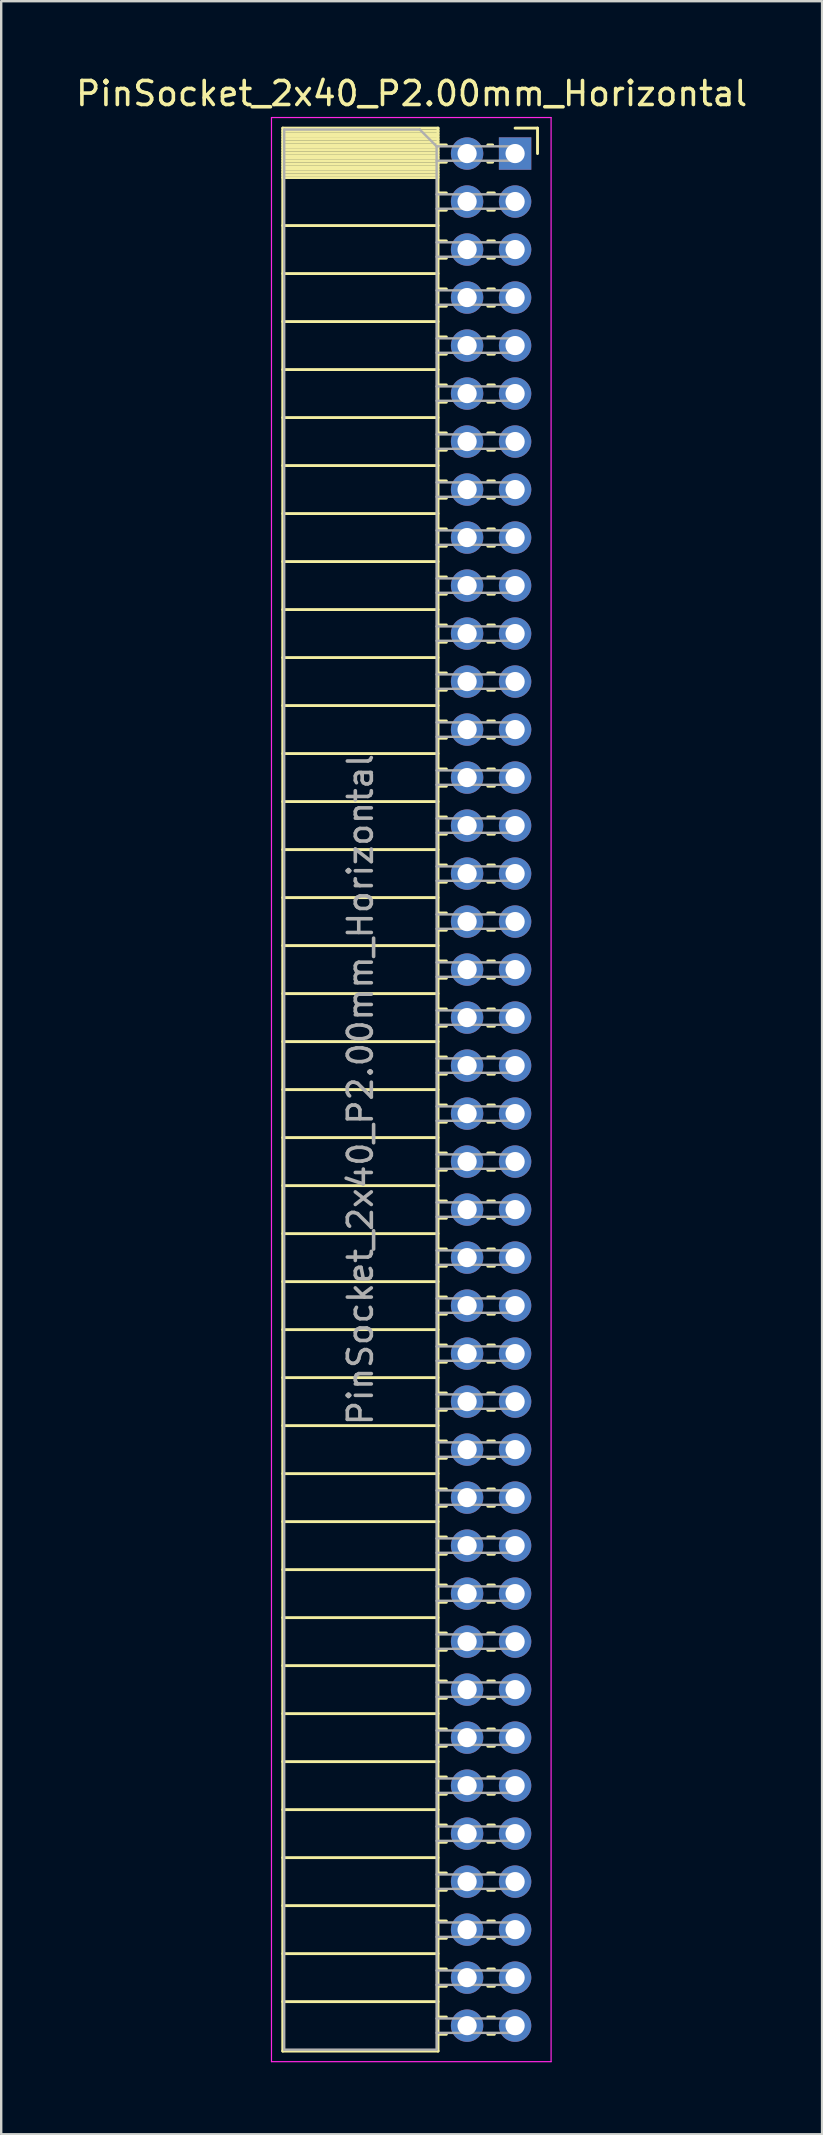
<source format=kicad_pcb>
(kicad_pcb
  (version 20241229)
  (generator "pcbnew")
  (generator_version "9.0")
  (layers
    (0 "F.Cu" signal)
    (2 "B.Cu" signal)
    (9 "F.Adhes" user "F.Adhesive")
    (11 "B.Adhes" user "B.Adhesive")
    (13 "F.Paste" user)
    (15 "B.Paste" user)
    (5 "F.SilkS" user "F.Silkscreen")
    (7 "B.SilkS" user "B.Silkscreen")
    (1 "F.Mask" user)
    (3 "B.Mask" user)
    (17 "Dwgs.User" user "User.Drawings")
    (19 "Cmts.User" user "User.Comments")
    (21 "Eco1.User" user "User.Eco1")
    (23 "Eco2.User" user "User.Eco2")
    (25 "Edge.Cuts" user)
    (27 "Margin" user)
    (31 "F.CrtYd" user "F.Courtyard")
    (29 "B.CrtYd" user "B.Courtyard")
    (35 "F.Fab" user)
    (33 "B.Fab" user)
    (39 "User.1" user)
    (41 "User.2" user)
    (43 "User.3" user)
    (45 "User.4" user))
  (footprint "PinSocket_2x40_P2.00mm_Horizontal"
    (layer "F.Cu")
    (at 18.411 3.348)
    (property "Reference" "PinSocket_2x40_P2.00mm_Horizontal" (at -4.31 -2.5 0) (layer "F.SilkS") (effects (font (size 1 1) (thickness 0.15))))
    (attr through_hole)
    (fp_line (start -9.68 -1.06) (end -9.68 79.06) (stroke (width 0.12) (type solid)) (layer "F.SilkS"))
    (fp_line (start -9.68 -1.06) (end -3.21 -1.06) (stroke (width 0.12) (type solid)) (layer "F.SilkS"))
    (fp_line (start -9.68 -0.94) (end -3.21 -0.94) (stroke (width 0.12) (type solid)) (layer "F.SilkS"))
    (fp_line (start -9.68 -0.826) (end -3.21 -0.826) (stroke (width 0.12) (type solid)) (layer "F.SilkS"))
    (fp_line (start -9.68 -0.712) (end -3.21 -0.712) (stroke (width 0.12) (type solid)) (layer "F.SilkS"))
    (fp_line (start -9.68 -0.598) (end -3.21 -0.598) (stroke (width 0.12) (type solid)) (layer "F.SilkS"))
    (fp_line (start -9.68 -0.484) (end -3.21 -0.484) (stroke (width 0.12) (type solid)) (layer "F.SilkS"))
    (fp_line (start -9.68 -0.369) (end -3.21 -0.369) (stroke (width 0.12) (type solid)) (layer "F.SilkS"))
    (fp_line (start -9.68 -0.255) (end -3.21 -0.255) (stroke (width 0.12) (type solid)) (layer "F.SilkS"))
    (fp_line (start -9.68 -0.141) (end -3.21 -0.141) (stroke (width 0.12) (type solid)) (layer "F.SilkS"))
    (fp_line (start -9.68 -0.027) (end -3.21 -0.027) (stroke (width 0.12) (type solid)) (layer "F.SilkS"))
    (fp_line (start -9.68 0.087) (end -3.21 0.087) (stroke (width 0.12) (type solid)) (layer "F.SilkS"))
    (fp_line (start -9.68 0.201) (end -3.21 0.201) (stroke (width 0.12) (type solid)) (layer "F.SilkS"))
    (fp_line (start -9.68 0.315) (end -3.21 0.315) (stroke (width 0.12) (type solid)) (layer "F.SilkS"))
    (fp_line (start -9.68 0.429) (end -3.21 0.429) (stroke (width 0.12) (type solid)) (layer "F.SilkS"))
    (fp_line (start -9.68 0.544) (end -3.21 0.544) (stroke (width 0.12) (type solid)) (layer "F.SilkS"))
    (fp_line (start -9.68 0.658) (end -3.21 0.658) (stroke (width 0.12) (type solid)) (layer "F.SilkS"))
    (fp_line (start -9.68 0.772) (end -3.21 0.772) (stroke (width 0.12) (type solid)) (layer "F.SilkS"))
    (fp_line (start -9.68 0.886) (end -3.21 0.886) (stroke (width 0.12) (type solid)) (layer "F.SilkS"))
    (fp_line (start -9.68 1) (end -3.21 1) (stroke (width 0.12) (type solid)) (layer "F.SilkS"))
    (fp_line (start -9.68 3) (end -3.21 3) (stroke (width 0.12) (type solid)) (layer "F.SilkS"))
    (fp_line (start -9.68 5) (end -3.21 5) (stroke (width 0.12) (type solid)) (layer "F.SilkS"))
    (fp_line (start -9.68 7) (end -3.21 7) (stroke (width 0.12) (type solid)) (layer "F.SilkS"))
    (fp_line (start -9.68 9) (end -3.21 9) (stroke (width 0.12) (type solid)) (layer "F.SilkS"))
    (fp_line (start -9.68 11) (end -3.21 11) (stroke (width 0.12) (type solid)) (layer "F.SilkS"))
    (fp_line (start -9.68 13) (end -3.21 13) (stroke (width 0.12) (type solid)) (layer "F.SilkS"))
    (fp_line (start -9.68 15) (end -3.21 15) (stroke (width 0.12) (type solid)) (layer "F.SilkS"))
    (fp_line (start -9.68 17) (end -3.21 17) (stroke (width 0.12) (type solid)) (layer "F.SilkS"))
    (fp_line (start -9.68 19) (end -3.21 19) (stroke (width 0.12) (type solid)) (layer "F.SilkS"))
    (fp_line (start -9.68 21) (end -3.21 21) (stroke (width 0.12) (type solid)) (layer "F.SilkS"))
    (fp_line (start -9.68 23) (end -3.21 23) (stroke (width 0.12) (type solid)) (layer "F.SilkS"))
    (fp_line (start -9.68 25) (end -3.21 25) (stroke (width 0.12) (type solid)) (layer "F.SilkS"))
    (fp_line (start -9.68 27) (end -3.21 27) (stroke (width 0.12) (type solid)) (layer "F.SilkS"))
    (fp_line (start -9.68 29) (end -3.21 29) (stroke (width 0.12) (type solid)) (layer "F.SilkS"))
    (fp_line (start -9.68 31) (end -3.21 31) (stroke (width 0.12) (type solid)) (layer "F.SilkS"))
    (fp_line (start -9.68 33) (end -3.21 33) (stroke (width 0.12) (type solid)) (layer "F.SilkS"))
    (fp_line (start -9.68 35) (end -3.21 35) (stroke (width 0.12) (type solid)) (layer "F.SilkS"))
    (fp_line (start -9.68 37) (end -3.21 37) (stroke (width 0.12) (type solid)) (layer "F.SilkS"))
    (fp_line (start -9.68 39) (end -3.21 39) (stroke (width 0.12) (type solid)) (layer "F.SilkS"))
    (fp_line (start -9.68 41) (end -3.21 41) (stroke (width 0.12) (type solid)) (layer "F.SilkS"))
    (fp_line (start -9.68 43) (end -3.21 43) (stroke (width 0.12) (type solid)) (layer "F.SilkS"))
    (fp_line (start -9.68 45) (end -3.21 45) (stroke (width 0.12) (type solid)) (layer "F.SilkS"))
    (fp_line (start -9.68 47) (end -3.21 47) (stroke (width 0.12) (type solid)) (layer "F.SilkS"))
    (fp_line (start -9.68 49) (end -3.21 49) (stroke (width 0.12) (type solid)) (layer "F.SilkS"))
    (fp_line (start -9.68 51) (end -3.21 51) (stroke (width 0.12) (type solid)) (layer "F.SilkS"))
    (fp_line (start -9.68 53) (end -3.21 53) (stroke (width 0.12) (type solid)) (layer "F.SilkS"))
    (fp_line (start -9.68 55) (end -3.21 55) (stroke (width 0.12) (type solid)) (layer "F.SilkS"))
    (fp_line (start -9.68 57) (end -3.21 57) (stroke (width 0.12) (type solid)) (layer "F.SilkS"))
    (fp_line (start -9.68 59) (end -3.21 59) (stroke (width 0.12) (type solid)) (layer "F.SilkS"))
    (fp_line (start -9.68 61) (end -3.21 61) (stroke (width 0.12) (type solid)) (layer "F.SilkS"))
    (fp_line (start -9.68 63) (end -3.21 63) (stroke (width 0.12) (type solid)) (layer "F.SilkS"))
    (fp_line (start -9.68 65) (end -3.21 65) (stroke (width 0.12) (type solid)) (layer "F.SilkS"))
    (fp_line (start -9.68 67) (end -3.21 67) (stroke (width 0.12) (type solid)) (layer "F.SilkS"))
    (fp_line (start -9.68 69) (end -3.21 69) (stroke (width 0.12) (type solid)) (layer "F.SilkS"))
    (fp_line (start -9.68 71) (end -3.21 71) (stroke (width 0.12) (type solid)) (layer "F.SilkS"))
    (fp_line (start -9.68 73) (end -3.21 73) (stroke (width 0.12) (type solid)) (layer "F.SilkS"))
    (fp_line (start -9.68 75) (end -3.21 75) (stroke (width 0.12) (type solid)) (layer "F.SilkS"))
    (fp_line (start -9.68 77) (end -3.21 77) (stroke (width 0.12) (type solid)) (layer "F.SilkS"))
    (fp_line (start -9.68 79.06) (end -3.21 79.06) (stroke (width 0.12) (type solid)) (layer "F.SilkS"))
    (fp_line (start -3.21 -1.06) (end -3.21 79.06) (stroke (width 0.12) (type solid)) (layer "F.SilkS"))
    (fp_line (start -3.21 -0.36) (end -2.863 -0.36) (stroke (width 0.12) (type solid)) (layer "F.SilkS"))
    (fp_line (start -3.21 0.36) (end -2.863 0.36) (stroke (width 0.12) (type solid)) (layer "F.SilkS"))
    (fp_line (start -3.21 1.64) (end -2.863 1.64) (stroke (width 0.12) (type solid)) (layer "F.SilkS"))
    (fp_line (start -3.21 2.36) (end -2.863 2.36) (stroke (width 0.12) (type solid)) (layer "F.SilkS"))
    (fp_line (start -3.21 3.64) (end -2.863 3.64) (stroke (width 0.12) (type solid)) (layer "F.SilkS"))
    (fp_line (start -3.21 4.36) (end -2.863 4.36) (stroke (width 0.12) (type solid)) (layer "F.SilkS"))
    (fp_line (start -3.21 5.64) (end -2.863 5.64) (stroke (width 0.12) (type solid)) (layer "F.SilkS"))
    (fp_line (start -3.21 6.36) (end -2.863 6.36) (stroke (width 0.12) (type solid)) (layer "F.SilkS"))
    (fp_line (start -3.21 7.64) (end -2.863 7.64) (stroke (width 0.12) (type solid)) (layer "F.SilkS"))
    (fp_line (start -3.21 8.36) (end -2.863 8.36) (stroke (width 0.12) (type solid)) (layer "F.SilkS"))
    (fp_line (start -3.21 9.64) (end -2.863 9.64) (stroke (width 0.12) (type solid)) (layer "F.SilkS"))
    (fp_line (start -3.21 10.36) (end -2.863 10.36) (stroke (width 0.12) (type solid)) (layer "F.SilkS"))
    (fp_line (start -3.21 11.64) (end -2.863 11.64) (stroke (width 0.12) (type solid)) (layer "F.SilkS"))
    (fp_line (start -3.21 12.36) (end -2.863 12.36) (stroke (width 0.12) (type solid)) (layer "F.SilkS"))
    (fp_line (start -3.21 13.64) (end -2.863 13.64) (stroke (width 0.12) (type solid)) (layer "F.SilkS"))
    (fp_line (start -3.21 14.36) (end -2.863 14.36) (stroke (width 0.12) (type solid)) (layer "F.SilkS"))
    (fp_line (start -3.21 15.64) (end -2.863 15.64) (stroke (width 0.12) (type solid)) (layer "F.SilkS"))
    (fp_line (start -3.21 16.36) (end -2.863 16.36) (stroke (width 0.12) (type solid)) (layer "F.SilkS"))
    (fp_line (start -3.21 17.64) (end -2.863 17.64) (stroke (width 0.12) (type solid)) (layer "F.SilkS"))
    (fp_line (start -3.21 18.36) (end -2.863 18.36) (stroke (width 0.12) (type solid)) (layer "F.SilkS"))
    (fp_line (start -3.21 19.64) (end -2.863 19.64) (stroke (width 0.12) (type solid)) (layer "F.SilkS"))
    (fp_line (start -3.21 20.36) (end -2.863 20.36) (stroke (width 0.12) (type solid)) (layer "F.SilkS"))
    (fp_line (start -3.21 21.64) (end -2.863 21.64) (stroke (width 0.12) (type solid)) (layer "F.SilkS"))
    (fp_line (start -3.21 22.36) (end -2.863 22.36) (stroke (width 0.12) (type solid)) (layer "F.SilkS"))
    (fp_line (start -3.21 23.64) (end -2.863 23.64) (stroke (width 0.12) (type solid)) (layer "F.SilkS"))
    (fp_line (start -3.21 24.36) (end -2.863 24.36) (stroke (width 0.12) (type solid)) (layer "F.SilkS"))
    (fp_line (start -3.21 25.64) (end -2.863 25.64) (stroke (width 0.12) (type solid)) (layer "F.SilkS"))
    (fp_line (start -3.21 26.36) (end -2.863 26.36) (stroke (width 0.12) (type solid)) (layer "F.SilkS"))
    (fp_line (start -3.21 27.64) (end -2.863 27.64) (stroke (width 0.12) (type solid)) (layer "F.SilkS"))
    (fp_line (start -3.21 28.36) (end -2.863 28.36) (stroke (width 0.12) (type solid)) (layer "F.SilkS"))
    (fp_line (start -3.21 29.64) (end -2.863 29.64) (stroke (width 0.12) (type solid)) (layer "F.SilkS"))
    (fp_line (start -3.21 30.36) (end -2.863 30.36) (stroke (width 0.12) (type solid)) (layer "F.SilkS"))
    (fp_line (start -3.21 31.64) (end -2.863 31.64) (stroke (width 0.12) (type solid)) (layer "F.SilkS"))
    (fp_line (start -3.21 32.36) (end -2.863 32.36) (stroke (width 0.12) (type solid)) (layer "F.SilkS"))
    (fp_line (start -3.21 33.64) (end -2.863 33.64) (stroke (width 0.12) (type solid)) (layer "F.SilkS"))
    (fp_line (start -3.21 34.36) (end -2.863 34.36) (stroke (width 0.12) (type solid)) (layer "F.SilkS"))
    (fp_line (start -3.21 35.64) (end -2.863 35.64) (stroke (width 0.12) (type solid)) (layer "F.SilkS"))
    (fp_line (start -3.21 36.36) (end -2.863 36.36) (stroke (width 0.12) (type solid)) (layer "F.SilkS"))
    (fp_line (start -3.21 37.64) (end -2.863 37.64) (stroke (width 0.12) (type solid)) (layer "F.SilkS"))
    (fp_line (start -3.21 38.36) (end -2.863 38.36) (stroke (width 0.12) (type solid)) (layer "F.SilkS"))
    (fp_line (start -3.21 39.64) (end -2.863 39.64) (stroke (width 0.12) (type solid)) (layer "F.SilkS"))
    (fp_line (start -3.21 40.36) (end -2.863 40.36) (stroke (width 0.12) (type solid)) (layer "F.SilkS"))
    (fp_line (start -3.21 41.64) (end -2.863 41.64) (stroke (width 0.12) (type solid)) (layer "F.SilkS"))
    (fp_line (start -3.21 42.36) (end -2.863 42.36) (stroke (width 0.12) (type solid)) (layer "F.SilkS"))
    (fp_line (start -3.21 43.64) (end -2.863 43.64) (stroke (width 0.12) (type solid)) (layer "F.SilkS"))
    (fp_line (start -3.21 44.36) (end -2.863 44.36) (stroke (width 0.12) (type solid)) (layer "F.SilkS"))
    (fp_line (start -3.21 45.64) (end -2.863 45.64) (stroke (width 0.12) (type solid)) (layer "F.SilkS"))
    (fp_line (start -3.21 46.36) (end -2.863 46.36) (stroke (width 0.12) (type solid)) (layer "F.SilkS"))
    (fp_line (start -3.21 47.64) (end -2.863 47.64) (stroke (width 0.12) (type solid)) (layer "F.SilkS"))
    (fp_line (start -3.21 48.36) (end -2.863 48.36) (stroke (width 0.12) (type solid)) (layer "F.SilkS"))
    (fp_line (start -3.21 49.64) (end -2.863 49.64) (stroke (width 0.12) (type solid)) (layer "F.SilkS"))
    (fp_line (start -3.21 50.36) (end -2.863 50.36) (stroke (width 0.12) (type solid)) (layer "F.SilkS"))
    (fp_line (start -3.21 51.64) (end -2.863 51.64) (stroke (width 0.12) (type solid)) (layer "F.SilkS"))
    (fp_line (start -3.21 52.36) (end -2.863 52.36) (stroke (width 0.12) (type solid)) (layer "F.SilkS"))
    (fp_line (start -3.21 53.64) (end -2.863 53.64) (stroke (width 0.12) (type solid)) (layer "F.SilkS"))
    (fp_line (start -3.21 54.36) (end -2.863 54.36) (stroke (width 0.12) (type solid)) (layer "F.SilkS"))
    (fp_line (start -3.21 55.64) (end -2.863 55.64) (stroke (width 0.12) (type solid)) (layer "F.SilkS"))
    (fp_line (start -3.21 56.36) (end -2.863 56.36) (stroke (width 0.12) (type solid)) (layer "F.SilkS"))
    (fp_line (start -3.21 57.64) (end -2.863 57.64) (stroke (width 0.12) (type solid)) (layer "F.SilkS"))
    (fp_line (start -3.21 58.36) (end -2.863 58.36) (stroke (width 0.12) (type solid)) (layer "F.SilkS"))
    (fp_line (start -3.21 59.64) (end -2.863 59.64) (stroke (width 0.12) (type solid)) (layer "F.SilkS"))
    (fp_line (start -3.21 60.36) (end -2.863 60.36) (stroke (width 0.12) (type solid)) (layer "F.SilkS"))
    (fp_line (start -3.21 61.64) (end -2.863 61.64) (stroke (width 0.12) (type solid)) (layer "F.SilkS"))
    (fp_line (start -3.21 62.36) (end -2.863 62.36) (stroke (width 0.12) (type solid)) (layer "F.SilkS"))
    (fp_line (start -3.21 63.64) (end -2.863 63.64) (stroke (width 0.12) (type solid)) (layer "F.SilkS"))
    (fp_line (start -3.21 64.36) (end -2.863 64.36) (stroke (width 0.12) (type solid)) (layer "F.SilkS"))
    (fp_line (start -3.21 65.64) (end -2.863 65.64) (stroke (width 0.12) (type solid)) (layer "F.SilkS"))
    (fp_line (start -3.21 66.36) (end -2.863 66.36) (stroke (width 0.12) (type solid)) (layer "F.SilkS"))
    (fp_line (start -3.21 67.64) (end -2.863 67.64) (stroke (width 0.12) (type solid)) (layer "F.SilkS"))
    (fp_line (start -3.21 68.36) (end -2.863 68.36) (stroke (width 0.12) (type solid)) (layer "F.SilkS"))
    (fp_line (start -3.21 69.64) (end -2.863 69.64) (stroke (width 0.12) (type solid)) (layer "F.SilkS"))
    (fp_line (start -3.21 70.36) (end -2.863 70.36) (stroke (width 0.12) (type solid)) (layer "F.SilkS"))
    (fp_line (start -3.21 71.64) (end -2.863 71.64) (stroke (width 0.12) (type solid)) (layer "F.SilkS"))
    (fp_line (start -3.21 72.36) (end -2.863 72.36) (stroke (width 0.12) (type solid)) (layer "F.SilkS"))
    (fp_line (start -3.21 73.64) (end -2.863 73.64) (stroke (width 0.12) (type solid)) (layer "F.SilkS"))
    (fp_line (start -3.21 74.36) (end -2.863 74.36) (stroke (width 0.12) (type solid)) (layer "F.SilkS"))
    (fp_line (start -3.21 75.64) (end -2.863 75.64) (stroke (width 0.12) (type solid)) (layer "F.SilkS"))
    (fp_line (start -3.21 76.36) (end -2.863 76.36) (stroke (width 0.12) (type solid)) (layer "F.SilkS"))
    (fp_line (start -3.21 77.64) (end -2.863 77.64) (stroke (width 0.12) (type solid)) (layer "F.SilkS"))
    (fp_line (start -3.21 78.36) (end -2.863 78.36) (stroke (width 0.12) (type solid)) (layer "F.SilkS"))
    (fp_line (start -1.137 -0.36) (end -0.935 -0.36) (stroke (width 0.12) (type solid)) (layer "F.SilkS"))
    (fp_line (start -1.137 0.36) (end -0.935 0.36) (stroke (width 0.12) (type solid)) (layer "F.SilkS"))
    (fp_line (start -1.137 1.64) (end -0.863 1.64) (stroke (width 0.12) (type solid)) (layer "F.SilkS"))
    (fp_line (start -1.137 2.36) (end -0.863 2.36) (stroke (width 0.12) (type solid)) (layer "F.SilkS"))
    (fp_line (start -1.137 3.64) (end -0.863 3.64) (stroke (width 0.12) (type solid)) (layer "F.SilkS"))
    (fp_line (start -1.137 4.36) (end -0.863 4.36) (stroke (width 0.12) (type solid)) (layer "F.SilkS"))
    (fp_line (start -1.137 5.64) (end -0.863 5.64) (stroke (width 0.12) (type solid)) (layer "F.SilkS"))
    (fp_line (start -1.137 6.36) (end -0.863 6.36) (stroke (width 0.12) (type solid)) (layer "F.SilkS"))
    (fp_line (start -1.137 7.64) (end -0.863 7.64) (stroke (width 0.12) (type solid)) (layer "F.SilkS"))
    (fp_line (start -1.137 8.36) (end -0.863 8.36) (stroke (width 0.12) (type solid)) (layer "F.SilkS"))
    (fp_line (start -1.137 9.64) (end -0.863 9.64) (stroke (width 0.12) (type solid)) (layer "F.SilkS"))
    (fp_line (start -1.137 10.36) (end -0.863 10.36) (stroke (width 0.12) (type solid)) (layer "F.SilkS"))
    (fp_line (start -1.137 11.64) (end -0.863 11.64) (stroke (width 0.12) (type solid)) (layer "F.SilkS"))
    (fp_line (start -1.137 12.36) (end -0.863 12.36) (stroke (width 0.12) (type solid)) (layer "F.SilkS"))
    (fp_line (start -1.137 13.64) (end -0.863 13.64) (stroke (width 0.12) (type solid)) (layer "F.SilkS"))
    (fp_line (start -1.137 14.36) (end -0.863 14.36) (stroke (width 0.12) (type solid)) (layer "F.SilkS"))
    (fp_line (start -1.137 15.64) (end -0.863 15.64) (stroke (width 0.12) (type solid)) (layer "F.SilkS"))
    (fp_line (start -1.137 16.36) (end -0.863 16.36) (stroke (width 0.12) (type solid)) (layer "F.SilkS"))
    (fp_line (start -1.137 17.64) (end -0.863 17.64) (stroke (width 0.12) (type solid)) (layer "F.SilkS"))
    (fp_line (start -1.137 18.36) (end -0.863 18.36) (stroke (width 0.12) (type solid)) (layer "F.SilkS"))
    (fp_line (start -1.137 19.64) (end -0.863 19.64) (stroke (width 0.12) (type solid)) (layer "F.SilkS"))
    (fp_line (start -1.137 20.36) (end -0.863 20.36) (stroke (width 0.12) (type solid)) (layer "F.SilkS"))
    (fp_line (start -1.137 21.64) (end -0.863 21.64) (stroke (width 0.12) (type solid)) (layer "F.SilkS"))
    (fp_line (start -1.137 22.36) (end -0.863 22.36) (stroke (width 0.12) (type solid)) (layer "F.SilkS"))
    (fp_line (start -1.137 23.64) (end -0.863 23.64) (stroke (width 0.12) (type solid)) (layer "F.SilkS"))
    (fp_line (start -1.137 24.36) (end -0.863 24.36) (stroke (width 0.12) (type solid)) (layer "F.SilkS"))
    (fp_line (start -1.137 25.64) (end -0.863 25.64) (stroke (width 0.12) (type solid)) (layer "F.SilkS"))
    (fp_line (start -1.137 26.36) (end -0.863 26.36) (stroke (width 0.12) (type solid)) (layer "F.SilkS"))
    (fp_line (start -1.137 27.64) (end -0.863 27.64) (stroke (width 0.12) (type solid)) (layer "F.SilkS"))
    (fp_line (start -1.137 28.36) (end -0.863 28.36) (stroke (width 0.12) (type solid)) (layer "F.SilkS"))
    (fp_line (start -1.137 29.64) (end -0.863 29.64) (stroke (width 0.12) (type solid)) (layer "F.SilkS"))
    (fp_line (start -1.137 30.36) (end -0.863 30.36) (stroke (width 0.12) (type solid)) (layer "F.SilkS"))
    (fp_line (start -1.137 31.64) (end -0.863 31.64) (stroke (width 0.12) (type solid)) (layer "F.SilkS"))
    (fp_line (start -1.137 32.36) (end -0.863 32.36) (stroke (width 0.12) (type solid)) (layer "F.SilkS"))
    (fp_line (start -1.137 33.64) (end -0.863 33.64) (stroke (width 0.12) (type solid)) (layer "F.SilkS"))
    (fp_line (start -1.137 34.36) (end -0.863 34.36) (stroke (width 0.12) (type solid)) (layer "F.SilkS"))
    (fp_line (start -1.137 35.64) (end -0.863 35.64) (stroke (width 0.12) (type solid)) (layer "F.SilkS"))
    (fp_line (start -1.137 36.36) (end -0.863 36.36) (stroke (width 0.12) (type solid)) (layer "F.SilkS"))
    (fp_line (start -1.137 37.64) (end -0.863 37.64) (stroke (width 0.12) (type solid)) (layer "F.SilkS"))
    (fp_line (start -1.137 38.36) (end -0.863 38.36) (stroke (width 0.12) (type solid)) (layer "F.SilkS"))
    (fp_line (start -1.137 39.64) (end -0.863 39.64) (stroke (width 0.12) (type solid)) (layer "F.SilkS"))
    (fp_line (start -1.137 40.36) (end -0.863 40.36) (stroke (width 0.12) (type solid)) (layer "F.SilkS"))
    (fp_line (start -1.137 41.64) (end -0.863 41.64) (stroke (width 0.12) (type solid)) (layer "F.SilkS"))
    (fp_line (start -1.137 42.36) (end -0.863 42.36) (stroke (width 0.12) (type solid)) (layer "F.SilkS"))
    (fp_line (start -1.137 43.64) (end -0.863 43.64) (stroke (width 0.12) (type solid)) (layer "F.SilkS"))
    (fp_line (start -1.137 44.36) (end -0.863 44.36) (stroke (width 0.12) (type solid)) (layer "F.SilkS"))
    (fp_line (start -1.137 45.64) (end -0.863 45.64) (stroke (width 0.12) (type solid)) (layer "F.SilkS"))
    (fp_line (start -1.137 46.36) (end -0.863 46.36) (stroke (width 0.12) (type solid)) (layer "F.SilkS"))
    (fp_line (start -1.137 47.64) (end -0.863 47.64) (stroke (width 0.12) (type solid)) (layer "F.SilkS"))
    (fp_line (start -1.137 48.36) (end -0.863 48.36) (stroke (width 0.12) (type solid)) (layer "F.SilkS"))
    (fp_line (start -1.137 49.64) (end -0.863 49.64) (stroke (width 0.12) (type solid)) (layer "F.SilkS"))
    (fp_line (start -1.137 50.36) (end -0.863 50.36) (stroke (width 0.12) (type solid)) (layer "F.SilkS"))
    (fp_line (start -1.137 51.64) (end -0.863 51.64) (stroke (width 0.12) (type solid)) (layer "F.SilkS"))
    (fp_line (start -1.137 52.36) (end -0.863 52.36) (stroke (width 0.12) (type solid)) (layer "F.SilkS"))
    (fp_line (start -1.137 53.64) (end -0.863 53.64) (stroke (width 0.12) (type solid)) (layer "F.SilkS"))
    (fp_line (start -1.137 54.36) (end -0.863 54.36) (stroke (width 0.12) (type solid)) (layer "F.SilkS"))
    (fp_line (start -1.137 55.64) (end -0.863 55.64) (stroke (width 0.12) (type solid)) (layer "F.SilkS"))
    (fp_line (start -1.137 56.36) (end -0.863 56.36) (stroke (width 0.12) (type solid)) (layer "F.SilkS"))
    (fp_line (start -1.137 57.64) (end -0.863 57.64) (stroke (width 0.12) (type solid)) (layer "F.SilkS"))
    (fp_line (start -1.137 58.36) (end -0.863 58.36) (stroke (width 0.12) (type solid)) (layer "F.SilkS"))
    (fp_line (start -1.137 59.64) (end -0.863 59.64) (stroke (width 0.12) (type solid)) (layer "F.SilkS"))
    (fp_line (start -1.137 60.36) (end -0.863 60.36) (stroke (width 0.12) (type solid)) (layer "F.SilkS"))
    (fp_line (start -1.137 61.64) (end -0.863 61.64) (stroke (width 0.12) (type solid)) (layer "F.SilkS"))
    (fp_line (start -1.137 62.36) (end -0.863 62.36) (stroke (width 0.12) (type solid)) (layer "F.SilkS"))
    (fp_line (start -1.137 63.64) (end -0.863 63.64) (stroke (width 0.12) (type solid)) (layer "F.SilkS"))
    (fp_line (start -1.137 64.36) (end -0.863 64.36) (stroke (width 0.12) (type solid)) (layer "F.SilkS"))
    (fp_line (start -1.137 65.64) (end -0.863 65.64) (stroke (width 0.12) (type solid)) (layer "F.SilkS"))
    (fp_line (start -1.137 66.36) (end -0.863 66.36) (stroke (width 0.12) (type solid)) (layer "F.SilkS"))
    (fp_line (start -1.137 67.64) (end -0.863 67.64) (stroke (width 0.12) (type solid)) (layer "F.SilkS"))
    (fp_line (start -1.137 68.36) (end -0.863 68.36) (stroke (width 0.12) (type solid)) (layer "F.SilkS"))
    (fp_line (start -1.137 69.64) (end -0.863 69.64) (stroke (width 0.12) (type solid)) (layer "F.SilkS"))
    (fp_line (start -1.137 70.36) (end -0.863 70.36) (stroke (width 0.12) (type solid)) (layer "F.SilkS"))
    (fp_line (start -1.137 71.64) (end -0.863 71.64) (stroke (width 0.12) (type solid)) (layer "F.SilkS"))
    (fp_line (start -1.137 72.36) (end -0.863 72.36) (stroke (width 0.12) (type solid)) (layer "F.SilkS"))
    (fp_line (start -1.137 73.64) (end -0.863 73.64) (stroke (width 0.12) (type solid)) (layer "F.SilkS"))
    (fp_line (start -1.137 74.36) (end -0.863 74.36) (stroke (width 0.12) (type solid)) (layer "F.SilkS"))
    (fp_line (start -1.137 75.64) (end -0.863 75.64) (stroke (width 0.12) (type solid)) (layer "F.SilkS"))
    (fp_line (start -1.137 76.36) (end -0.863 76.36) (stroke (width 0.12) (type solid)) (layer "F.SilkS"))
    (fp_line (start -1.137 77.64) (end -0.863 77.64) (stroke (width 0.12) (type solid)) (layer "F.SilkS"))
    (fp_line (start -1.137 78.36) (end -0.863 78.36) (stroke (width 0.12) (type solid)) (layer "F.SilkS"))
    (fp_line (start 0 -1.06) (end 0.935 -1.06) (stroke (width 0.12) (type solid)) (layer "F.SilkS"))
    (fp_line (start 0.935 -1.06) (end 0.935 0) (stroke (width 0.12) (type solid)) (layer "F.SilkS"))
    (fp_line (start -10.15 -1.5) (end -10.15 79.5) (stroke (width 0.05) (type solid)) (layer "F.CrtYd"))
    (fp_line (start -10.15 79.5) (end 1.5 79.5) (stroke (width 0.05) (type solid)) (layer "F.CrtYd"))
    (fp_line (start 1.5 -1.5) (end -10.15 -1.5) (stroke (width 0.05) (type solid)) (layer "F.CrtYd"))
    (fp_line (start 1.5 79.5) (end 1.5 -1.5) (stroke (width 0.05) (type solid)) (layer "F.CrtYd"))
    (fp_line (start -9.62 -1) (end -3.97 -1) (stroke (width 0.1) (type solid)) (layer "F.Fab"))
    (fp_line (start -9.62 79) (end -9.62 -1) (stroke (width 0.1) (type solid)) (layer "F.Fab"))
    (fp_line (start -3.97 -1) (end -3.27 -0.3) (stroke (width 0.1) (type solid)) (layer "F.Fab"))
    (fp_line (start -3.27 -0.3) (end -3.27 79) (stroke (width 0.1) (type solid)) (layer "F.Fab"))
    (fp_line (start -3.27 0.3) (end 0 0.3) (stroke (width 0.1) (type solid)) (layer "F.Fab"))
    (fp_line (start -3.27 2.3) (end 0 2.3) (stroke (width 0.1) (type solid)) (layer "F.Fab"))
    (fp_line (start -3.27 4.3) (end 0 4.3) (stroke (width 0.1) (type solid)) (layer "F.Fab"))
    (fp_line (start -3.27 6.3) (end 0 6.3) (stroke (width 0.1) (type solid)) (layer "F.Fab"))
    (fp_line (start -3.27 8.3) (end 0 8.3) (stroke (width 0.1) (type solid)) (layer "F.Fab"))
    (fp_line (start -3.27 10.3) (end 0 10.3) (stroke (width 0.1) (type solid)) (layer "F.Fab"))
    (fp_line (start -3.27 12.3) (end 0 12.3) (stroke (width 0.1) (type solid)) (layer "F.Fab"))
    (fp_line (start -3.27 14.3) (end 0 14.3) (stroke (width 0.1) (type solid)) (layer "F.Fab"))
    (fp_line (start -3.27 16.3) (end 0 16.3) (stroke (width 0.1) (type solid)) (layer "F.Fab"))
    (fp_line (start -3.27 18.3) (end 0 18.3) (stroke (width 0.1) (type solid)) (layer "F.Fab"))
    (fp_line (start -3.27 20.3) (end 0 20.3) (stroke (width 0.1) (type solid)) (layer "F.Fab"))
    (fp_line (start -3.27 22.3) (end 0 22.3) (stroke (width 0.1) (type solid)) (layer "F.Fab"))
    (fp_line (start -3.27 24.3) (end 0 24.3) (stroke (width 0.1) (type solid)) (layer "F.Fab"))
    (fp_line (start -3.27 26.3) (end 0 26.3) (stroke (width 0.1) (type solid)) (layer "F.Fab"))
    (fp_line (start -3.27 28.3) (end 0 28.3) (stroke (width 0.1) (type solid)) (layer "F.Fab"))
    (fp_line (start -3.27 30.3) (end 0 30.3) (stroke (width 0.1) (type solid)) (layer "F.Fab"))
    (fp_line (start -3.27 32.3) (end 0 32.3) (stroke (width 0.1) (type solid)) (layer "F.Fab"))
    (fp_line (start -3.27 34.3) (end 0 34.3) (stroke (width 0.1) (type solid)) (layer "F.Fab"))
    (fp_line (start -3.27 36.3) (end 0 36.3) (stroke (width 0.1) (type solid)) (layer "F.Fab"))
    (fp_line (start -3.27 38.3) (end 0 38.3) (stroke (width 0.1) (type solid)) (layer "F.Fab"))
    (fp_line (start -3.27 40.3) (end 0 40.3) (stroke (width 0.1) (type solid)) (layer "F.Fab"))
    (fp_line (start -3.27 42.3) (end 0 42.3) (stroke (width 0.1) (type solid)) (layer "F.Fab"))
    (fp_line (start -3.27 44.3) (end 0 44.3) (stroke (width 0.1) (type solid)) (layer "F.Fab"))
    (fp_line (start -3.27 46.3) (end 0 46.3) (stroke (width 0.1) (type solid)) (layer "F.Fab"))
    (fp_line (start -3.27 48.3) (end 0 48.3) (stroke (width 0.1) (type solid)) (layer "F.Fab"))
    (fp_line (start -3.27 50.3) (end 0 50.3) (stroke (width 0.1) (type solid)) (layer "F.Fab"))
    (fp_line (start -3.27 52.3) (end 0 52.3) (stroke (width 0.1) (type solid)) (layer "F.Fab"))
    (fp_line (start -3.27 54.3) (end 0 54.3) (stroke (width 0.1) (type solid)) (layer "F.Fab"))
    (fp_line (start -3.27 56.3) (end 0 56.3) (stroke (width 0.1) (type solid)) (layer "F.Fab"))
    (fp_line (start -3.27 58.3) (end 0 58.3) (stroke (width 0.1) (type solid)) (layer "F.Fab"))
    (fp_line (start -3.27 60.3) (end 0 60.3) (stroke (width 0.1) (type solid)) (layer "F.Fab"))
    (fp_line (start -3.27 62.3) (end 0 62.3) (stroke (width 0.1) (type solid)) (layer "F.Fab"))
    (fp_line (start -3.27 64.3) (end 0 64.3) (stroke (width 0.1) (type solid)) (layer "F.Fab"))
    (fp_line (start -3.27 66.3) (end 0 66.3) (stroke (width 0.1) (type solid)) (layer "F.Fab"))
    (fp_line (start -3.27 68.3) (end 0 68.3) (stroke (width 0.1) (type solid)) (layer "F.Fab"))
    (fp_line (start -3.27 70.3) (end 0 70.3) (stroke (width 0.1) (type solid)) (layer "F.Fab"))
    (fp_line (start -3.27 72.3) (end 0 72.3) (stroke (width 0.1) (type solid)) (layer "F.Fab"))
    (fp_line (start -3.27 74.3) (end 0 74.3) (stroke (width 0.1) (type solid)) (layer "F.Fab"))
    (fp_line (start -3.27 76.3) (end 0 76.3) (stroke (width 0.1) (type solid)) (layer "F.Fab"))
    (fp_line (start -3.27 78.3) (end 0 78.3) (stroke (width 0.1) (type solid)) (layer "F.Fab"))
    (fp_line (start -3.27 79) (end -9.62 79) (stroke (width 0.1) (type solid)) (layer "F.Fab"))
    (fp_line (start 0 -0.3) (end -3.27 -0.3) (stroke (width 0.1) (type solid)) (layer "F.Fab"))
    (fp_line (start 0 0.3) (end 0 -0.3) (stroke (width 0.1) (type solid)) (layer "F.Fab"))
    (fp_line (start 0 1.7) (end -3.27 1.7) (stroke (width 0.1) (type solid)) (layer "F.Fab"))
    (fp_line (start 0 2.3) (end 0 1.7) (stroke (width 0.1) (type solid)) (layer "F.Fab"))
    (fp_line (start 0 3.7) (end -3.27 3.7) (stroke (width 0.1) (type solid)) (layer "F.Fab"))
    (fp_line (start 0 4.3) (end 0 3.7) (stroke (width 0.1) (type solid)) (layer "F.Fab"))
    (fp_line (start 0 5.7) (end -3.27 5.7) (stroke (width 0.1) (type solid)) (layer "F.Fab"))
    (fp_line (start 0 6.3) (end 0 5.7) (stroke (width 0.1) (type solid)) (layer "F.Fab"))
    (fp_line (start 0 7.7) (end -3.27 7.7) (stroke (width 0.1) (type solid)) (layer "F.Fab"))
    (fp_line (start 0 8.3) (end 0 7.7) (stroke (width 0.1) (type solid)) (layer "F.Fab"))
    (fp_line (start 0 9.7) (end -3.27 9.7) (stroke (width 0.1) (type solid)) (layer "F.Fab"))
    (fp_line (start 0 10.3) (end 0 9.7) (stroke (width 0.1) (type solid)) (layer "F.Fab"))
    (fp_line (start 0 11.7) (end -3.27 11.7) (stroke (width 0.1) (type solid)) (layer "F.Fab"))
    (fp_line (start 0 12.3) (end 0 11.7) (stroke (width 0.1) (type solid)) (layer "F.Fab"))
    (fp_line (start 0 13.7) (end -3.27 13.7) (stroke (width 0.1) (type solid)) (layer "F.Fab"))
    (fp_line (start 0 14.3) (end 0 13.7) (stroke (width 0.1) (type solid)) (layer "F.Fab"))
    (fp_line (start 0 15.7) (end -3.27 15.7) (stroke (width 0.1) (type solid)) (layer "F.Fab"))
    (fp_line (start 0 16.3) (end 0 15.7) (stroke (width 0.1) (type solid)) (layer "F.Fab"))
    (fp_line (start 0 17.7) (end -3.27 17.7) (stroke (width 0.1) (type solid)) (layer "F.Fab"))
    (fp_line (start 0 18.3) (end 0 17.7) (stroke (width 0.1) (type solid)) (layer "F.Fab"))
    (fp_line (start 0 19.7) (end -3.27 19.7) (stroke (width 0.1) (type solid)) (layer "F.Fab"))
    (fp_line (start 0 20.3) (end 0 19.7) (stroke (width 0.1) (type solid)) (layer "F.Fab"))
    (fp_line (start 0 21.7) (end -3.27 21.7) (stroke (width 0.1) (type solid)) (layer "F.Fab"))
    (fp_line (start 0 22.3) (end 0 21.7) (stroke (width 0.1) (type solid)) (layer "F.Fab"))
    (fp_line (start 0 23.7) (end -3.27 23.7) (stroke (width 0.1) (type solid)) (layer "F.Fab"))
    (fp_line (start 0 24.3) (end 0 23.7) (stroke (width 0.1) (type solid)) (layer "F.Fab"))
    (fp_line (start 0 25.7) (end -3.27 25.7) (stroke (width 0.1) (type solid)) (layer "F.Fab"))
    (fp_line (start 0 26.3) (end 0 25.7) (stroke (width 0.1) (type solid)) (layer "F.Fab"))
    (fp_line (start 0 27.7) (end -3.27 27.7) (stroke (width 0.1) (type solid)) (layer "F.Fab"))
    (fp_line (start 0 28.3) (end 0 27.7) (stroke (width 0.1) (type solid)) (layer "F.Fab"))
    (fp_line (start 0 29.7) (end -3.27 29.7) (stroke (width 0.1) (type solid)) (layer "F.Fab"))
    (fp_line (start 0 30.3) (end 0 29.7) (stroke (width 0.1) (type solid)) (layer "F.Fab"))
    (fp_line (start 0 31.7) (end -3.27 31.7) (stroke (width 0.1) (type solid)) (layer "F.Fab"))
    (fp_line (start 0 32.3) (end 0 31.7) (stroke (width 0.1) (type solid)) (layer "F.Fab"))
    (fp_line (start 0 33.7) (end -3.27 33.7) (stroke (width 0.1) (type solid)) (layer "F.Fab"))
    (fp_line (start 0 34.3) (end 0 33.7) (stroke (width 0.1) (type solid)) (layer "F.Fab"))
    (fp_line (start 0 35.7) (end -3.27 35.7) (stroke (width 0.1) (type solid)) (layer "F.Fab"))
    (fp_line (start 0 36.3) (end 0 35.7) (stroke (width 0.1) (type solid)) (layer "F.Fab"))
    (fp_line (start 0 37.7) (end -3.27 37.7) (stroke (width 0.1) (type solid)) (layer "F.Fab"))
    (fp_line (start 0 38.3) (end 0 37.7) (stroke (width 0.1) (type solid)) (layer "F.Fab"))
    (fp_line (start 0 39.7) (end -3.27 39.7) (stroke (width 0.1) (type solid)) (layer "F.Fab"))
    (fp_line (start 0 40.3) (end 0 39.7) (stroke (width 0.1) (type solid)) (layer "F.Fab"))
    (fp_line (start 0 41.7) (end -3.27 41.7) (stroke (width 0.1) (type solid)) (layer "F.Fab"))
    (fp_line (start 0 42.3) (end 0 41.7) (stroke (width 0.1) (type solid)) (layer "F.Fab"))
    (fp_line (start 0 43.7) (end -3.27 43.7) (stroke (width 0.1) (type solid)) (layer "F.Fab"))
    (fp_line (start 0 44.3) (end 0 43.7) (stroke (width 0.1) (type solid)) (layer "F.Fab"))
    (fp_line (start 0 45.7) (end -3.27 45.7) (stroke (width 0.1) (type solid)) (layer "F.Fab"))
    (fp_line (start 0 46.3) (end 0 45.7) (stroke (width 0.1) (type solid)) (layer "F.Fab"))
    (fp_line (start 0 47.7) (end -3.27 47.7) (stroke (width 0.1) (type solid)) (layer "F.Fab"))
    (fp_line (start 0 48.3) (end 0 47.7) (stroke (width 0.1) (type solid)) (layer "F.Fab"))
    (fp_line (start 0 49.7) (end -3.27 49.7) (stroke (width 0.1) (type solid)) (layer "F.Fab"))
    (fp_line (start 0 50.3) (end 0 49.7) (stroke (width 0.1) (type solid)) (layer "F.Fab"))
    (fp_line (start 0 51.7) (end -3.27 51.7) (stroke (width 0.1) (type solid)) (layer "F.Fab"))
    (fp_line (start 0 52.3) (end 0 51.7) (stroke (width 0.1) (type solid)) (layer "F.Fab"))
    (fp_line (start 0 53.7) (end -3.27 53.7) (stroke (width 0.1) (type solid)) (layer "F.Fab"))
    (fp_line (start 0 54.3) (end 0 53.7) (stroke (width 0.1) (type solid)) (layer "F.Fab"))
    (fp_line (start 0 55.7) (end -3.27 55.7) (stroke (width 0.1) (type solid)) (layer "F.Fab"))
    (fp_line (start 0 56.3) (end 0 55.7) (stroke (width 0.1) (type solid)) (layer "F.Fab"))
    (fp_line (start 0 57.7) (end -3.27 57.7) (stroke (width 0.1) (type solid)) (layer "F.Fab"))
    (fp_line (start 0 58.3) (end 0 57.7) (stroke (width 0.1) (type solid)) (layer "F.Fab"))
    (fp_line (start 0 59.7) (end -3.27 59.7) (stroke (width 0.1) (type solid)) (layer "F.Fab"))
    (fp_line (start 0 60.3) (end 0 59.7) (stroke (width 0.1) (type solid)) (layer "F.Fab"))
    (fp_line (start 0 61.7) (end -3.27 61.7) (stroke (width 0.1) (type solid)) (layer "F.Fab"))
    (fp_line (start 0 62.3) (end 0 61.7) (stroke (width 0.1) (type solid)) (layer "F.Fab"))
    (fp_line (start 0 63.7) (end -3.27 63.7) (stroke (width 0.1) (type solid)) (layer "F.Fab"))
    (fp_line (start 0 64.3) (end 0 63.7) (stroke (width 0.1) (type solid)) (layer "F.Fab"))
    (fp_line (start 0 65.7) (end -3.27 65.7) (stroke (width 0.1) (type solid)) (layer "F.Fab"))
    (fp_line (start 0 66.3) (end 0 65.7) (stroke (width 0.1) (type solid)) (layer "F.Fab"))
    (fp_line (start 0 67.7) (end -3.27 67.7) (stroke (width 0.1) (type solid)) (layer "F.Fab"))
    (fp_line (start 0 68.3) (end 0 67.7) (stroke (width 0.1) (type solid)) (layer "F.Fab"))
    (fp_line (start 0 69.7) (end -3.27 69.7) (stroke (width 0.1) (type solid)) (layer "F.Fab"))
    (fp_line (start 0 70.3) (end 0 69.7) (stroke (width 0.1) (type solid)) (layer "F.Fab"))
    (fp_line (start 0 71.7) (end -3.27 71.7) (stroke (width 0.1) (type solid)) (layer "F.Fab"))
    (fp_line (start 0 72.3) (end 0 71.7) (stroke (width 0.1) (type solid)) (layer "F.Fab"))
    (fp_line (start 0 73.7) (end -3.27 73.7) (stroke (width 0.1) (type solid)) (layer "F.Fab"))
    (fp_line (start 0 74.3) (end 0 73.7) (stroke (width 0.1) (type solid)) (layer "F.Fab"))
    (fp_line (start 0 75.7) (end -3.27 75.7) (stroke (width 0.1) (type solid)) (layer "F.Fab"))
    (fp_line (start 0 76.3) (end 0 75.7) (stroke (width 0.1) (type solid)) (layer "F.Fab"))
    (fp_line (start 0 77.7) (end -3.27 77.7) (stroke (width 0.1) (type solid)) (layer "F.Fab"))
    (fp_line (start 0 78.3) (end 0 77.7) (stroke (width 0.1) (type solid)) (layer "F.Fab"))
    (fp_text user "${REFERENCE}" (at -6.445 39 90) (layer "F.Fab") (effects (font (size 1 1) (thickness 0.15))))
    (pad "1" thru_hole rect (at 0 0) (size 1.35 1.35) (drill 0.8) (layers "*.Cu" "*.Mask"))
    (pad "2" thru_hole circle (at -2 0) (size 1.35 1.35) (drill 0.8) (layers "*.Cu" "*.Mask"))
    (pad "3" thru_hole circle (at 0 2) (size 1.35 1.35) (drill 0.8) (layers "*.Cu" "*.Mask"))
    (pad "4" thru_hole circle (at -2 2) (size 1.35 1.35) (drill 0.8) (layers "*.Cu" "*.Mask"))
    (pad "5" thru_hole circle (at 0 4) (size 1.35 1.35) (drill 0.8) (layers "*.Cu" "*.Mask"))
    (pad "6" thru_hole circle (at -2 4) (size 1.35 1.35) (drill 0.8) (layers "*.Cu" "*.Mask"))
    (pad "7" thru_hole circle (at 0 6) (size 1.35 1.35) (drill 0.8) (layers "*.Cu" "*.Mask"))
    (pad "8" thru_hole circle (at -2 6) (size 1.35 1.35) (drill 0.8) (layers "*.Cu" "*.Mask"))
    (pad "9" thru_hole circle (at 0 8) (size 1.35 1.35) (drill 0.8) (layers "*.Cu" "*.Mask"))
    (pad "10" thru_hole circle (at -2 8) (size 1.35 1.35) (drill 0.8) (layers "*.Cu" "*.Mask"))
    (pad "11" thru_hole circle (at 0 10) (size 1.35 1.35) (drill 0.8) (layers "*.Cu" "*.Mask"))
    (pad "12" thru_hole circle (at -2 10) (size 1.35 1.35) (drill 0.8) (layers "*.Cu" "*.Mask"))
    (pad "13" thru_hole circle (at 0 12) (size 1.35 1.35) (drill 0.8) (layers "*.Cu" "*.Mask"))
    (pad "14" thru_hole circle (at -2 12) (size 1.35 1.35) (drill 0.8) (layers "*.Cu" "*.Mask"))
    (pad "15" thru_hole circle (at 0 14) (size 1.35 1.35) (drill 0.8) (layers "*.Cu" "*.Mask"))
    (pad "16" thru_hole circle (at -2 14) (size 1.35 1.35) (drill 0.8) (layers "*.Cu" "*.Mask"))
    (pad "17" thru_hole circle (at 0 16) (size 1.35 1.35) (drill 0.8) (layers "*.Cu" "*.Mask"))
    (pad "18" thru_hole circle (at -2 16) (size 1.35 1.35) (drill 0.8) (layers "*.Cu" "*.Mask"))
    (pad "19" thru_hole circle (at 0 18) (size 1.35 1.35) (drill 0.8) (layers "*.Cu" "*.Mask"))
    (pad "20" thru_hole circle (at -2 18) (size 1.35 1.35) (drill 0.8) (layers "*.Cu" "*.Mask"))
    (pad "21" thru_hole circle (at 0 20) (size 1.35 1.35) (drill 0.8) (layers "*.Cu" "*.Mask"))
    (pad "22" thru_hole circle (at -2 20) (size 1.35 1.35) (drill 0.8) (layers "*.Cu" "*.Mask"))
    (pad "23" thru_hole circle (at 0 22) (size 1.35 1.35) (drill 0.8) (layers "*.Cu" "*.Mask"))
    (pad "24" thru_hole circle (at -2 22) (size 1.35 1.35) (drill 0.8) (layers "*.Cu" "*.Mask"))
    (pad "25" thru_hole circle (at 0 24) (size 1.35 1.35) (drill 0.8) (layers "*.Cu" "*.Mask"))
    (pad "26" thru_hole circle (at -2 24) (size 1.35 1.35) (drill 0.8) (layers "*.Cu" "*.Mask"))
    (pad "27" thru_hole circle (at 0 26) (size 1.35 1.35) (drill 0.8) (layers "*.Cu" "*.Mask"))
    (pad "28" thru_hole circle (at -2 26) (size 1.35 1.35) (drill 0.8) (layers "*.Cu" "*.Mask"))
    (pad "29" thru_hole circle (at 0 28) (size 1.35 1.35) (drill 0.8) (layers "*.Cu" "*.Mask"))
    (pad "30" thru_hole circle (at -2 28) (size 1.35 1.35) (drill 0.8) (layers "*.Cu" "*.Mask"))
    (pad "31" thru_hole circle (at 0 30) (size 1.35 1.35) (drill 0.8) (layers "*.Cu" "*.Mask"))
    (pad "32" thru_hole circle (at -2 30) (size 1.35 1.35) (drill 0.8) (layers "*.Cu" "*.Mask"))
    (pad "33" thru_hole circle (at 0 32) (size 1.35 1.35) (drill 0.8) (layers "*.Cu" "*.Mask"))
    (pad "34" thru_hole circle (at -2 32) (size 1.35 1.35) (drill 0.8) (layers "*.Cu" "*.Mask"))
    (pad "35" thru_hole circle (at 0 34) (size 1.35 1.35) (drill 0.8) (layers "*.Cu" "*.Mask"))
    (pad "36" thru_hole circle (at -2 34) (size 1.35 1.35) (drill 0.8) (layers "*.Cu" "*.Mask"))
    (pad "37" thru_hole circle (at 0 36) (size 1.35 1.35) (drill 0.8) (layers "*.Cu" "*.Mask"))
    (pad "38" thru_hole circle (at -2 36) (size 1.35 1.35) (drill 0.8) (layers "*.Cu" "*.Mask"))
    (pad "39" thru_hole circle (at 0 38) (size 1.35 1.35) (drill 0.8) (layers "*.Cu" "*.Mask"))
    (pad "40" thru_hole circle (at -2 38) (size 1.35 1.35) (drill 0.8) (layers "*.Cu" "*.Mask"))
    (pad "41" thru_hole circle (at 0 40) (size 1.35 1.35) (drill 0.8) (layers "*.Cu" "*.Mask"))
    (pad "42" thru_hole circle (at -2 40) (size 1.35 1.35) (drill 0.8) (layers "*.Cu" "*.Mask"))
    (pad "43" thru_hole circle (at 0 42) (size 1.35 1.35) (drill 0.8) (layers "*.Cu" "*.Mask"))
    (pad "44" thru_hole circle (at -2 42) (size 1.35 1.35) (drill 0.8) (layers "*.Cu" "*.Mask"))
    (pad "45" thru_hole circle (at 0 44) (size 1.35 1.35) (drill 0.8) (layers "*.Cu" "*.Mask"))
    (pad "46" thru_hole circle (at -2 44) (size 1.35 1.35) (drill 0.8) (layers "*.Cu" "*.Mask"))
    (pad "47" thru_hole circle (at 0 46) (size 1.35 1.35) (drill 0.8) (layers "*.Cu" "*.Mask"))
    (pad "48" thru_hole circle (at -2 46) (size 1.35 1.35) (drill 0.8) (layers "*.Cu" "*.Mask"))
    (pad "49" thru_hole circle (at 0 48) (size 1.35 1.35) (drill 0.8) (layers "*.Cu" "*.Mask"))
    (pad "50" thru_hole circle (at -2 48) (size 1.35 1.35) (drill 0.8) (layers "*.Cu" "*.Mask"))
    (pad "51" thru_hole circle (at 0 50) (size 1.35 1.35) (drill 0.8) (layers "*.Cu" "*.Mask"))
    (pad "52" thru_hole circle (at -2 50) (size 1.35 1.35) (drill 0.8) (layers "*.Cu" "*.Mask"))
    (pad "53" thru_hole circle (at 0 52) (size 1.35 1.35) (drill 0.8) (layers "*.Cu" "*.Mask"))
    (pad "54" thru_hole circle (at -2 52) (size 1.35 1.35) (drill 0.8) (layers "*.Cu" "*.Mask"))
    (pad "55" thru_hole circle (at 0 54) (size 1.35 1.35) (drill 0.8) (layers "*.Cu" "*.Mask"))
    (pad "56" thru_hole circle (at -2 54) (size 1.35 1.35) (drill 0.8) (layers "*.Cu" "*.Mask"))
    (pad "57" thru_hole circle (at 0 56) (size 1.35 1.35) (drill 0.8) (layers "*.Cu" "*.Mask"))
    (pad "58" thru_hole circle (at -2 56) (size 1.35 1.35) (drill 0.8) (layers "*.Cu" "*.Mask"))
    (pad "59" thru_hole circle (at 0 58) (size 1.35 1.35) (drill 0.8) (layers "*.Cu" "*.Mask"))
    (pad "60" thru_hole circle (at -2 58) (size 1.35 1.35) (drill 0.8) (layers "*.Cu" "*.Mask"))
    (pad "61" thru_hole circle (at 0 60) (size 1.35 1.35) (drill 0.8) (layers "*.Cu" "*.Mask"))
    (pad "62" thru_hole circle (at -2 60) (size 1.35 1.35) (drill 0.8) (layers "*.Cu" "*.Mask"))
    (pad "63" thru_hole circle (at 0 62) (size 1.35 1.35) (drill 0.8) (layers "*.Cu" "*.Mask"))
    (pad "64" thru_hole circle (at -2 62) (size 1.35 1.35) (drill 0.8) (layers "*.Cu" "*.Mask"))
    (pad "65" thru_hole circle (at 0 64) (size 1.35 1.35) (drill 0.8) (layers "*.Cu" "*.Mask"))
    (pad "66" thru_hole circle (at -2 64) (size 1.35 1.35) (drill 0.8) (layers "*.Cu" "*.Mask"))
    (pad "67" thru_hole circle (at 0 66) (size 1.35 1.35) (drill 0.8) (layers "*.Cu" "*.Mask"))
    (pad "68" thru_hole circle (at -2 66) (size 1.35 1.35) (drill 0.8) (layers "*.Cu" "*.Mask"))
    (pad "69" thru_hole circle (at 0 68) (size 1.35 1.35) (drill 0.8) (layers "*.Cu" "*.Mask"))
    (pad "70" thru_hole circle (at -2 68) (size 1.35 1.35) (drill 0.8) (layers "*.Cu" "*.Mask"))
    (pad "71" thru_hole circle (at 0 70) (size 1.35 1.35) (drill 0.8) (layers "*.Cu" "*.Mask"))
    (pad "72" thru_hole circle (at -2 70) (size 1.35 1.35) (drill 0.8) (layers "*.Cu" "*.Mask"))
    (pad "73" thru_hole circle (at 0 72) (size 1.35 1.35) (drill 0.8) (layers "*.Cu" "*.Mask"))
    (pad "74" thru_hole circle (at -2 72) (size 1.35 1.35) (drill 0.8) (layers "*.Cu" "*.Mask"))
    (pad "75" thru_hole circle (at 0 74) (size 1.35 1.35) (drill 0.8) (layers "*.Cu" "*.Mask"))
    (pad "76" thru_hole circle (at -2 74) (size 1.35 1.35) (drill 0.8) (layers "*.Cu" "*.Mask"))
    (pad "77" thru_hole circle (at 0 76) (size 1.35 1.35) (drill 0.8) (layers "*.Cu" "*.Mask"))
    (pad "78" thru_hole circle (at -2 76) (size 1.35 1.35) (drill 0.8) (layers "*.Cu" "*.Mask"))
    (pad "79" thru_hole circle (at 0 78) (size 1.35 1.35) (drill 0.8) (layers "*.Cu" "*.Mask"))
    (pad "80" thru_hole circle (at -2 78) (size 1.35 1.35) (drill 0.8) (layers "*.Cu" "*.Mask")))
  (gr_rect
    (start -3 -3)
    (end 31.202 85.873)
    (stroke (width 0.1) (type default))
    (fill no)
    (layer "Edge.Cuts")))
</source>
